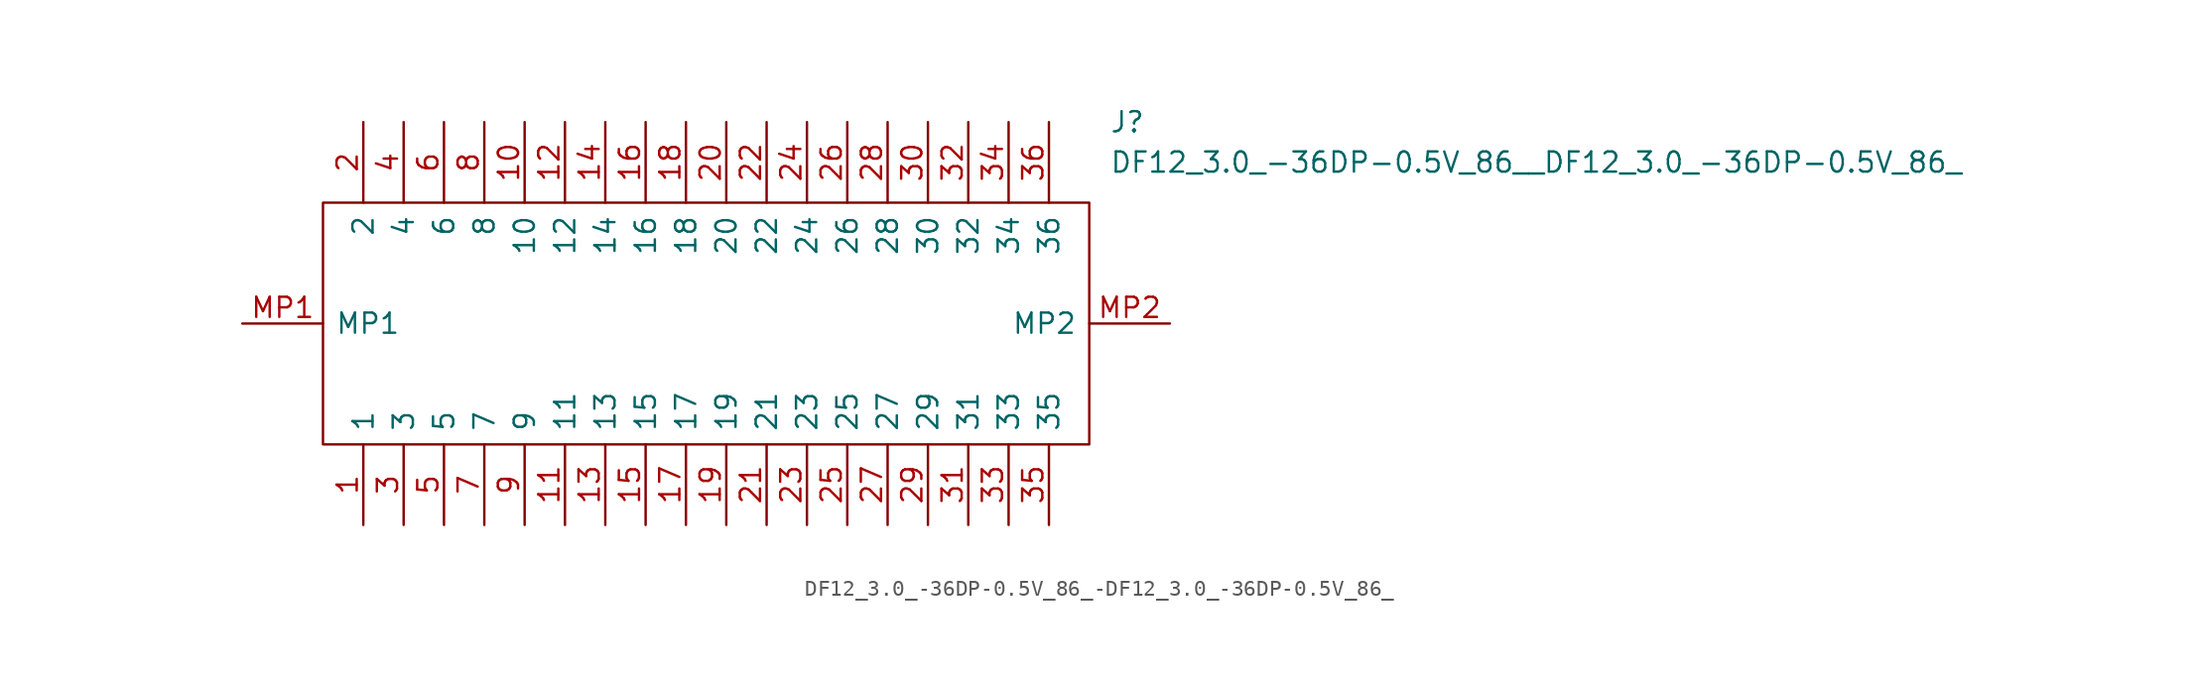
<source format=kicad_sym>
(kicad_symbol_lib
  (version 20220914)
  (generator kicad_symbol_editor)
  (symbol "DF12_3.0_-36DP-0.5V_86_-DF12_3.0_-36DP-0.5V_86_"
    (pin_names
      (offset 0.762))
    (property "Reference" "J"
      (at 54.61 12.7 0)
      (effects (font (size 1.27 1.27)) (justify left)))
    (property "Value" "DF12_3.0_-36DP-0.5V_86__DF12_3.0_-36DP-0.5V_86_"
      (at 54.61 10.16 0)
      (effects (font (size 1.27 1.27)) (justify left)))
    (symbol "DF12_3.0_-36DP-0.5V_86_-DF12_3.0_-36DP-0.5V_86__0_0"
      (pin passive line (at 7.62 -12.7 90) (length 5.08) (name "1" (effects (font (size 1.27 1.27)))) (number "1" (effects (font (size 1.27 1.27)))))
      (pin passive line (at 17.78 12.7 270) (length 5.08) (name "10" (effects (font (size 1.27 1.27)))) (number "10" (effects (font (size 1.27 1.27)))))
      (pin passive line (at 20.32 -12.7 90) (length 5.08) (name "11" (effects (font (size 1.27 1.27)))) (number "11" (effects (font (size 1.27 1.27)))))
      (pin passive line (at 20.32 12.7 270) (length 5.08) (name "12" (effects (font (size 1.27 1.27)))) (number "12" (effects (font (size 1.27 1.27)))))
      (pin passive line (at 22.86 -12.7 90) (length 5.08) (name "13" (effects (font (size 1.27 1.27)))) (number "13" (effects (font (size 1.27 1.27)))))
      (pin passive line (at 22.86 12.7 270) (length 5.08) (name "14" (effects (font (size 1.27 1.27)))) (number "14" (effects (font (size 1.27 1.27)))))
      (pin passive line (at 25.4 -12.7 90) (length 5.08) (name "15" (effects (font (size 1.27 1.27)))) (number "15" (effects (font (size 1.27 1.27)))))
      (pin passive line (at 25.4 12.7 270) (length 5.08) (name "16" (effects (font (size 1.27 1.27)))) (number "16" (effects (font (size 1.27 1.27)))))
      (pin passive line (at 27.94 -12.7 90) (length 5.08) (name "17" (effects (font (size 1.27 1.27)))) (number "17" (effects (font (size 1.27 1.27)))))
      (pin passive line (at 27.94 12.7 270) (length 5.08) (name "18" (effects (font (size 1.27 1.27)))) (number "18" (effects (font (size 1.27 1.27)))))
      (pin passive line (at 30.48 -12.7 90) (length 5.08) (name "19" (effects (font (size 1.27 1.27)))) (number "19" (effects (font (size 1.27 1.27)))))
      (pin passive line (at 7.62 12.7 270) (length 5.08) (name "2" (effects (font (size 1.27 1.27)))) (number "2" (effects (font (size 1.27 1.27)))))
      (pin passive line (at 30.48 12.7 270) (length 5.08) (name "20" (effects (font (size 1.27 1.27)))) (number "20" (effects (font (size 1.27 1.27)))))
      (pin passive line (at 33.02 -12.7 90) (length 5.08) (name "21" (effects (font (size 1.27 1.27)))) (number "21" (effects (font (size 1.27 1.27)))))
      (pin passive line (at 33.02 12.7 270) (length 5.08) (name "22" (effects (font (size 1.27 1.27)))) (number "22" (effects (font (size 1.27 1.27)))))
      (pin passive line (at 35.56 -12.7 90) (length 5.08) (name "23" (effects (font (size 1.27 1.27)))) (number "23" (effects (font (size 1.27 1.27)))))
      (pin passive line (at 35.56 12.7 270) (length 5.08) (name "24" (effects (font (size 1.27 1.27)))) (number "24" (effects (font (size 1.27 1.27)))))
      (pin passive line (at 38.1 -12.7 90) (length 5.08) (name "25" (effects (font (size 1.27 1.27)))) (number "25" (effects (font (size 1.27 1.27)))))
      (pin passive line (at 38.1 12.7 270) (length 5.08) (name "26" (effects (font (size 1.27 1.27)))) (number "26" (effects (font (size 1.27 1.27)))))
      (pin passive line (at 40.64 -12.7 90) (length 5.08) (name "27" (effects (font (size 1.27 1.27)))) (number "27" (effects (font (size 1.27 1.27)))))
      (pin passive line (at 40.64 12.7 270) (length 5.08) (name "28" (effects (font (size 1.27 1.27)))) (number "28" (effects (font (size 1.27 1.27)))))
      (pin passive line (at 43.18 -12.7 90) (length 5.08) (name "29" (effects (font (size 1.27 1.27)))) (number "29" (effects (font (size 1.27 1.27)))))
      (pin passive line (at 10.16 -12.7 90) (length 5.08) (name "3" (effects (font (size 1.27 1.27)))) (number "3" (effects (font (size 1.27 1.27)))))
      (pin passive line (at 43.18 12.7 270) (length 5.08) (name "30" (effects (font (size 1.27 1.27)))) (number "30" (effects (font (size 1.27 1.27)))))
      (pin passive line (at 45.72 -12.7 90) (length 5.08) (name "31" (effects (font (size 1.27 1.27)))) (number "31" (effects (font (size 1.27 1.27)))))
      (pin passive line (at 45.72 12.7 270) (length 5.08) (name "32" (effects (font (size 1.27 1.27)))) (number "32" (effects (font (size 1.27 1.27)))))
      (pin passive line (at 48.26 -12.7 90) (length 5.08) (name "33" (effects (font (size 1.27 1.27)))) (number "33" (effects (font (size 1.27 1.27)))))
      (pin passive line (at 48.26 12.7 270) (length 5.08) (name "34" (effects (font (size 1.27 1.27)))) (number "34" (effects (font (size 1.27 1.27)))))
      (pin passive line (at 50.8 -12.7 90) (length 5.08) (name "35" (effects (font (size 1.27 1.27)))) (number "35" (effects (font (size 1.27 1.27)))))
      (pin passive line (at 50.8 12.7 270) (length 5.08) (name "36" (effects (font (size 1.27 1.27)))) (number "36" (effects (font (size 1.27 1.27)))))
      (pin passive line (at 10.16 12.7 270) (length 5.08) (name "4" (effects (font (size 1.27 1.27)))) (number "4" (effects (font (size 1.27 1.27)))))
      (pin passive line (at 12.7 -12.7 90) (length 5.08) (name "5" (effects (font (size 1.27 1.27)))) (number "5" (effects (font (size 1.27 1.27)))))
      (pin passive line (at 12.7 12.7 270) (length 5.08) (name "6" (effects (font (size 1.27 1.27)))) (number "6" (effects (font (size 1.27 1.27)))))
      (pin passive line (at 15.24 -12.7 90) (length 5.08) (name "7" (effects (font (size 1.27 1.27)))) (number "7" (effects (font (size 1.27 1.27)))))
      (pin passive line (at 15.24 12.7 270) (length 5.08) (name "8" (effects (font (size 1.27 1.27)))) (number "8" (effects (font (size 1.27 1.27)))))
      (pin passive line (at 17.78 -12.7 90) (length 5.08) (name "9" (effects (font (size 1.27 1.27)))) (number "9" (effects (font (size 1.27 1.27)))))
      (pin passive line (at 0 0 0) (length 5.08) (name "MP1" (effects (font (size 1.27 1.27)))) (number "MP1" (effects (font (size 1.27 1.27)))))
      (pin passive line (at 58.42 0 180) (length 5.08) (name "MP2" (effects (font (size 1.27 1.27)))) (number "MP2" (effects (font (size 1.27 1.27))))))
    (symbol "DF12_3.0_-36DP-0.5V_86_-DF12_3.0_-36DP-0.5V_86__0_1"
      (polyline (pts (xy 5.08 7.62) (xy 53.34 7.62) (xy 53.34 -7.62) (xy 5.08 -7.62) (xy 5.08 7.62)) (stroke (width 0.152) (type solid)) (fill (type none))))))
</source>
